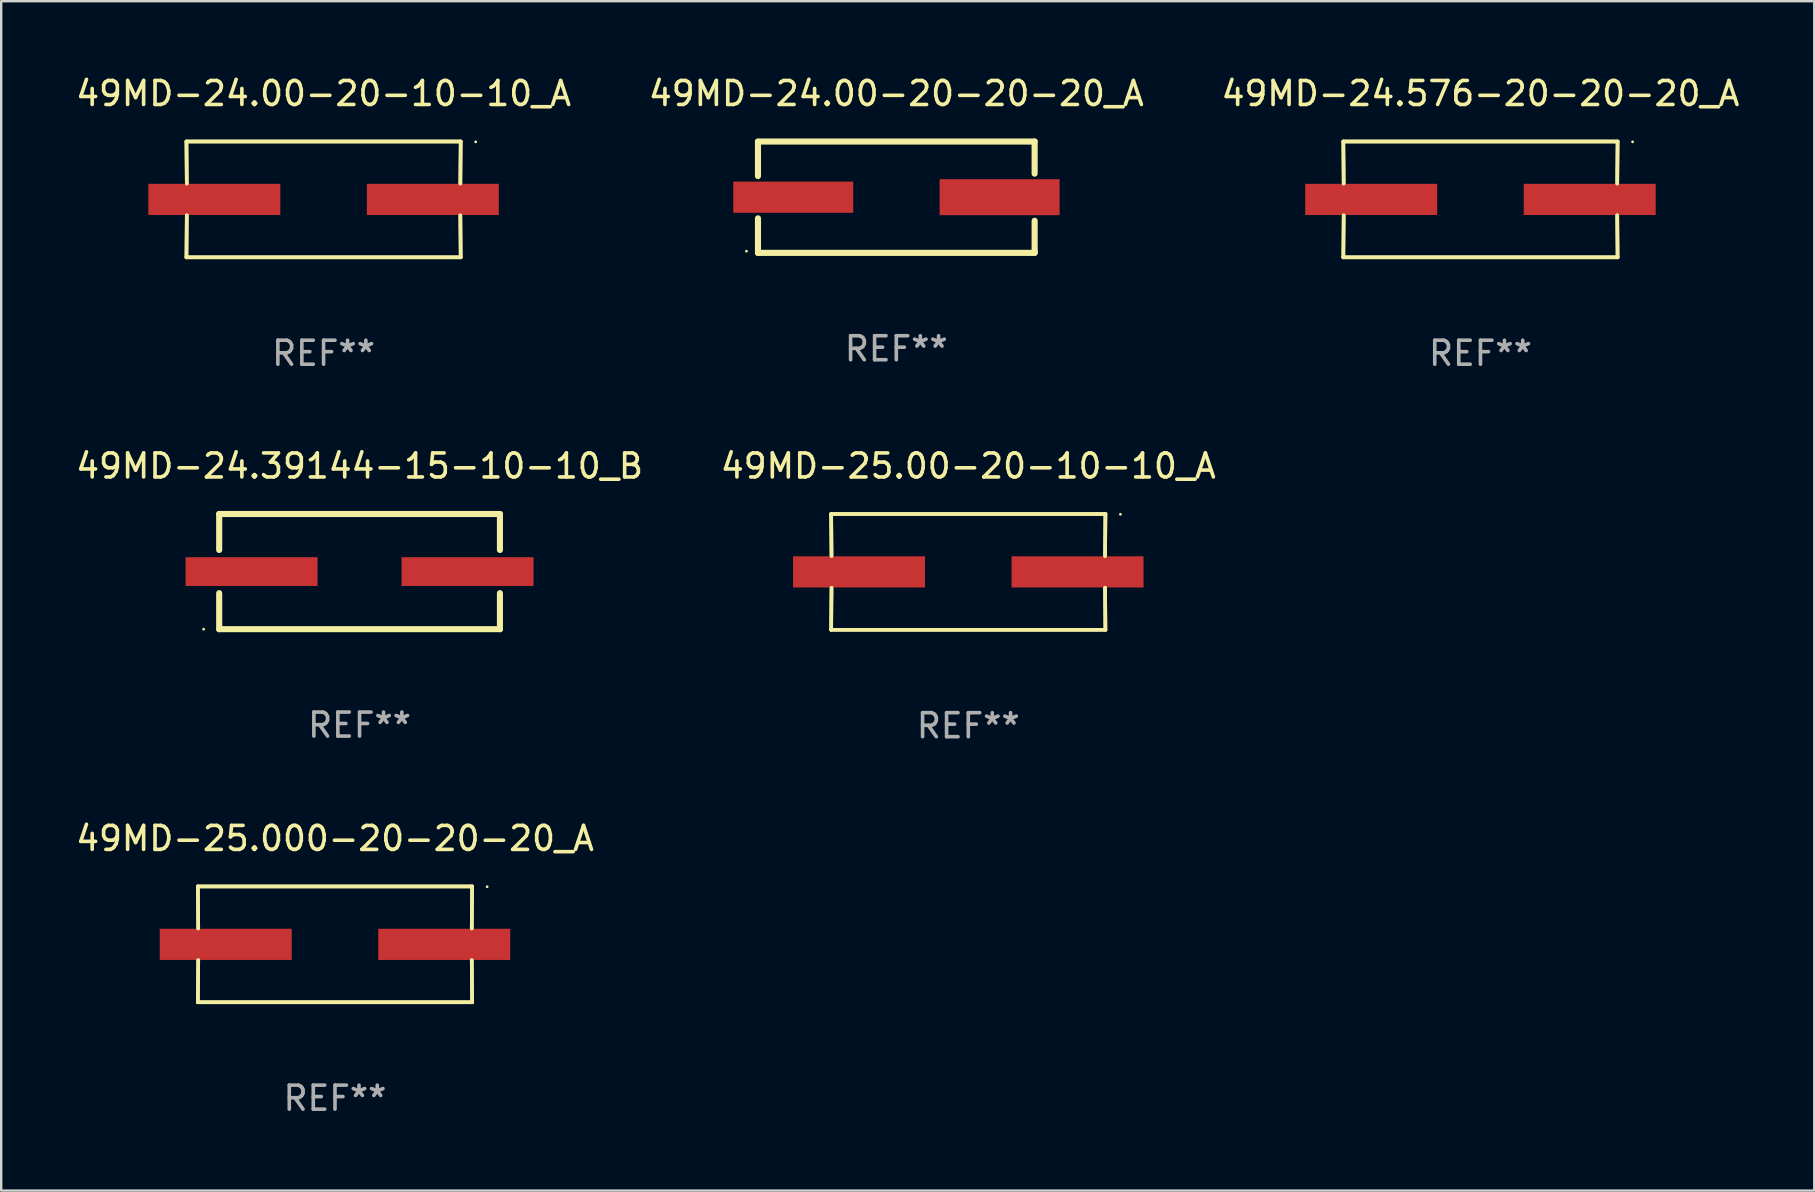
<source format=kicad_pcb>
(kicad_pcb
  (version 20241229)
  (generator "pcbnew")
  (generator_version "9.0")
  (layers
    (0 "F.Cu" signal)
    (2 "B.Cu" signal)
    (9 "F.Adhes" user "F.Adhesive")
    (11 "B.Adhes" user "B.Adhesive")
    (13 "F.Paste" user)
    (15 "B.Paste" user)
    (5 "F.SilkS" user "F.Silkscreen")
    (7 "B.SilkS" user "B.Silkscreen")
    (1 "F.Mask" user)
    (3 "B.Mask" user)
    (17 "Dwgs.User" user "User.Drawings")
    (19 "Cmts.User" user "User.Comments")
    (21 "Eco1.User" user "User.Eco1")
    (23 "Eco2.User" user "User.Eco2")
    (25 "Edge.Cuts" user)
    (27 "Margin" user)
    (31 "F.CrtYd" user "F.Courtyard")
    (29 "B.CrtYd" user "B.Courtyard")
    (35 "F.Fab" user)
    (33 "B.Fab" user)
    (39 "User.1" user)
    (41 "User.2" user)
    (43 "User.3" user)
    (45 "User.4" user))
  (footprint "49MD-25.00-20-10-10_A"
    (layer "F.Cu")
    (at 37.304 20.784)
    (property "Reference" "49MD-25.00-20-10-10_A" (at 0 -4.413 0) (layer "F.SilkS") (effects (font (size 1 1) (thickness 0.15))))
    (attr through_hole)
    (fp_line (start -5.715 -2.413) (end -5.7 -0.662) (stroke (width 0.152) (type solid)) (layer "F.SilkS"))
    (fp_line (start -5.715 -2.413) (end -5.7 -0.662) (stroke (width 0.152) (type solid)) (layer "F.SilkS"))
    (fp_line (start -5.715 2.413) (end 5.715 2.413) (stroke (width 0.152) (type solid)) (layer "F.SilkS"))
    (fp_line (start -5.715 2.413) (end 5.715 2.413) (stroke (width 0.152) (type solid)) (layer "F.SilkS"))
    (fp_line (start -5.7 0.662) (end -5.715 2.413) (stroke (width 0.152) (type solid)) (layer "F.SilkS"))
    (fp_line (start -5.7 0.662) (end -5.715 2.413) (stroke (width 0.152) (type solid)) (layer "F.SilkS"))
    (fp_line (start 5.7 -0.662) (end 5.715 -2.413) (stroke (width 0.152) (type solid)) (layer "F.SilkS"))
    (fp_line (start 5.7 -0.662) (end 5.715 -2.413) (stroke (width 0.152) (type solid)) (layer "F.SilkS"))
    (fp_line (start 5.715 -2.413) (end -5.715 -2.413) (stroke (width 0.152) (type solid)) (layer "F.SilkS"))
    (fp_line (start 5.715 -2.413) (end -5.715 -2.413) (stroke (width 0.152) (type solid)) (layer "F.SilkS"))
    (fp_line (start 5.715 2.413) (end 5.7 0.662) (stroke (width 0.152) (type solid)) (layer "F.SilkS"))
    (fp_line (start 5.715 2.413) (end 5.7 0.662) (stroke (width 0.152) (type solid)) (layer "F.SilkS"))
    (fp_circle (center 6.34 -2.4) (end 6.37 -2.4) (stroke (width 0.06) (type solid)) (fill no) (layer "F.SilkS"))
    (fp_text user "REF**" (at 0 6.413 0) (layer "F.Fab") (effects (font (size 1 1) (thickness 0.15))))
    (pad "1" smd rect (at 4.553 0) (size 5.5 1.3) (layers "F.Cu" "F.Mask" "F.Paste"))
    (pad "2" smd rect (at -4.553 0) (size 5.5 1.3) (layers "F.Cu" "F.Mask" "F.Paste")))
  (footprint "49MD-24.00-20-10-10_A"
    (layer "F.Cu")
    (at 10.435 5.261)
    (property "Reference" "49MD-24.00-20-10-10_A" (at 0 -4.413 0) (layer "F.SilkS") (effects (font (size 1 1) (thickness 0.15))))
    (attr through_hole)
    (fp_line (start -5.715 -2.413) (end -5.7 -0.662) (stroke (width 0.152) (type solid)) (layer "F.SilkS"))
    (fp_line (start -5.715 -2.413) (end -5.7 -0.662) (stroke (width 0.152) (type solid)) (layer "F.SilkS"))
    (fp_line (start -5.715 2.413) (end 5.715 2.413) (stroke (width 0.152) (type solid)) (layer "F.SilkS"))
    (fp_line (start -5.715 2.413) (end 5.715 2.413) (stroke (width 0.152) (type solid)) (layer "F.SilkS"))
    (fp_line (start -5.7 0.662) (end -5.715 2.413) (stroke (width 0.152) (type solid)) (layer "F.SilkS"))
    (fp_line (start -5.7 0.662) (end -5.715 2.413) (stroke (width 0.152) (type solid)) (layer "F.SilkS"))
    (fp_line (start 5.7 -0.662) (end 5.715 -2.413) (stroke (width 0.152) (type solid)) (layer "F.SilkS"))
    (fp_line (start 5.7 -0.662) (end 5.715 -2.413) (stroke (width 0.152) (type solid)) (layer "F.SilkS"))
    (fp_line (start 5.715 -2.413) (end -5.715 -2.413) (stroke (width 0.152) (type solid)) (layer "F.SilkS"))
    (fp_line (start 5.715 -2.413) (end -5.715 -2.413) (stroke (width 0.152) (type solid)) (layer "F.SilkS"))
    (fp_line (start 5.715 2.413) (end 5.7 0.662) (stroke (width 0.152) (type solid)) (layer "F.SilkS"))
    (fp_line (start 5.715 2.413) (end 5.7 0.662) (stroke (width 0.152) (type solid)) (layer "F.SilkS"))
    (fp_circle (center 6.34 -2.4) (end 6.37 -2.4) (stroke (width 0.06) (type solid)) (fill no) (layer "F.SilkS"))
    (fp_text user "REF**" (at 0 6.413 0) (layer "F.Fab") (effects (font (size 1 1) (thickness 0.15))))
    (pad "1" smd rect (at 4.553 0) (size 5.5 1.3) (layers "F.Cu" "F.Mask" "F.Paste"))
    (pad "2" smd rect (at -4.553 0) (size 5.5 1.3) (layers "F.Cu" "F.Mask" "F.Paste")))
  (footprint "49MD-25.000-20-20-20_A"
    (layer "F.Cu")
    (at 10.911 36.306)
    (property "Reference" "49MD-25.000-20-20-20_A" (at 0 -4.413 0) (layer "F.SilkS") (effects (font (size 1 1) (thickness 0.15))))
    (attr through_hole)
    (fp_line (start -5.715 -2.413) (end -5.7 -0.662) (stroke (width 0.152) (type solid)) (layer "F.SilkS"))
    (fp_line (start -5.715 -2.413) (end -5.7 -0.662) (stroke (width 0.152) (type solid)) (layer "F.SilkS"))
    (fp_line (start -5.715 2.413) (end 5.715 2.413) (stroke (width 0.152) (type solid)) (layer "F.SilkS"))
    (fp_line (start -5.715 2.413) (end 5.715 2.413) (stroke (width 0.152) (type solid)) (layer "F.SilkS"))
    (fp_line (start -5.7 0.662) (end -5.715 2.413) (stroke (width 0.152) (type solid)) (layer "F.SilkS"))
    (fp_line (start -5.7 0.662) (end -5.715 2.413) (stroke (width 0.152) (type solid)) (layer "F.SilkS"))
    (fp_line (start 5.7 -0.662) (end 5.715 -2.413) (stroke (width 0.152) (type solid)) (layer "F.SilkS"))
    (fp_line (start 5.7 -0.662) (end 5.715 -2.413) (stroke (width 0.152) (type solid)) (layer "F.SilkS"))
    (fp_line (start 5.715 -2.413) (end -5.715 -2.413) (stroke (width 0.152) (type solid)) (layer "F.SilkS"))
    (fp_line (start 5.715 -2.413) (end -5.715 -2.413) (stroke (width 0.152) (type solid)) (layer "F.SilkS"))
    (fp_line (start 5.715 2.413) (end 5.7 0.662) (stroke (width 0.152) (type solid)) (layer "F.SilkS"))
    (fp_line (start 5.715 2.413) (end 5.7 0.662) (stroke (width 0.152) (type solid)) (layer "F.SilkS"))
    (fp_circle (center 6.34 -2.4) (end 6.37 -2.4) (stroke (width 0.06) (type solid)) (fill no) (layer "F.SilkS"))
    (fp_text user "REF**" (at 0 6.413 0) (layer "F.Fab") (effects (font (size 1 1) (thickness 0.15))))
    (pad "1" smd rect (at 4.553 0) (size 5.5 1.3) (layers "F.Cu" "F.Mask" "F.Paste"))
    (pad "2" smd rect (at -4.553 0) (size 5.5 1.3) (layers "F.Cu" "F.Mask" "F.Paste")))
  (footprint "49MD-24.576-20-20-20_A"
    (layer "F.Cu")
    (at 58.649 5.261)
    (property "Reference" "49MD-24.576-20-20-20_A" (at 0 -4.413 0) (layer "F.SilkS") (effects (font (size 1 1) (thickness 0.15))))
    (attr through_hole)
    (fp_line (start -5.715 -2.413) (end -5.7 -0.662) (stroke (width 0.152) (type solid)) (layer "F.SilkS"))
    (fp_line (start -5.715 -2.413) (end -5.7 -0.662) (stroke (width 0.152) (type solid)) (layer "F.SilkS"))
    (fp_line (start -5.715 2.413) (end 5.715 2.413) (stroke (width 0.152) (type solid)) (layer "F.SilkS"))
    (fp_line (start -5.715 2.413) (end 5.715 2.413) (stroke (width 0.152) (type solid)) (layer "F.SilkS"))
    (fp_line (start -5.7 0.662) (end -5.715 2.413) (stroke (width 0.152) (type solid)) (layer "F.SilkS"))
    (fp_line (start -5.7 0.662) (end -5.715 2.413) (stroke (width 0.152) (type solid)) (layer "F.SilkS"))
    (fp_line (start 5.7 -0.662) (end 5.715 -2.413) (stroke (width 0.152) (type solid)) (layer "F.SilkS"))
    (fp_line (start 5.7 -0.662) (end 5.715 -2.413) (stroke (width 0.152) (type solid)) (layer "F.SilkS"))
    (fp_line (start 5.715 -2.413) (end -5.715 -2.413) (stroke (width 0.152) (type solid)) (layer "F.SilkS"))
    (fp_line (start 5.715 -2.413) (end -5.715 -2.413) (stroke (width 0.152) (type solid)) (layer "F.SilkS"))
    (fp_line (start 5.715 2.413) (end 5.7 0.662) (stroke (width 0.152) (type solid)) (layer "F.SilkS"))
    (fp_line (start 5.715 2.413) (end 5.7 0.662) (stroke (width 0.152) (type solid)) (layer "F.SilkS"))
    (fp_circle (center 6.34 -2.4) (end 6.37 -2.4) (stroke (width 0.06) (type solid)) (fill no) (layer "F.SilkS"))
    (fp_text user "REF**" (at 0 6.413 0) (layer "F.Fab") (effects (font (size 1 1) (thickness 0.15))))
    (pad "1" smd rect (at 4.553 0) (size 5.5 1.3) (layers "F.Cu" "F.Mask" "F.Paste"))
    (pad "2" smd rect (at -4.553 0) (size 5.5 1.3) (layers "F.Cu" "F.Mask" "F.Paste")))
  (footprint "49MD-24.39144-15-10-10_B"
    (layer "F.Cu")
    (at 11.935 20.771)
    (property "Reference" "49MD-24.39144-15-10-10_B" (at 0 -4.4 0) (layer "F.SilkS") (effects (font (size 1 1) (thickness 0.15))))
    (attr through_hole)
    (fp_line (start -5.85 -2.4) (end 5.85 -2.4) (stroke (width 0.254) (type solid)) (layer "F.SilkS"))
    (fp_line (start -5.85 -2.4) (end -5.85 -0.9) (stroke (width 0.254) (type solid)) (layer "F.SilkS"))
    (fp_line (start -5.85 2.4) (end 5.85 2.4) (stroke (width 0.254) (type solid)) (layer "F.SilkS"))
    (fp_line (start -5.85 0.9) (end -5.85 2.4) (stroke (width 0.254) (type solid)) (layer "F.SilkS"))
    (fp_line (start 5.85 -2.4) (end 5.85 -0.9) (stroke (width 0.254) (type solid)) (layer "F.SilkS"))
    (fp_line (start 5.85 0.9) (end 5.85 2.4) (stroke (width 0.254) (type solid)) (layer "F.SilkS"))
    (fp_circle (center -6.5 2.4) (end -6.47 2.4) (stroke (width 0.06) (type solid)) (fill no) (layer "F.SilkS"))
    (fp_text user "REF**" (at 0 6.4 0) (layer "F.Fab") (effects (font (size 1 1) (thickness 0.15))))
    (pad "1" smd rect (at -4.5 -0.000025) (size 5.5 1.2) (layers "F.Cu" "F.Mask" "F.Paste"))
    (pad "2" smd rect (at 4.5 -0.000025) (size 5.5 1.2) (layers "F.Cu" "F.Mask" "F.Paste")))
  (footprint "49MD-24.00-20-20-20_A"
    (layer "F.Cu")
    (at 34.304 5.168)
    (property "Reference" "49MD-24.00-20-20-20_A" (at 0 -4.32 0) (layer "F.SilkS") (effects (font (size 1 1) (thickness 0.15))))
    (attr through_hole)
    (fp_line (start -5.765 -2.32) (end 5.765 -2.32) (stroke (width 0.254) (type solid)) (layer "F.SilkS"))
    (fp_line (start -5.765 -0.881) (end -5.765 -2.31) (stroke (width 0.254) (type solid)) (layer "F.SilkS"))
    (fp_line (start -5.765 2.32) (end -5.765 0.881) (stroke (width 0.254) (type solid)) (layer "F.SilkS"))
    (fp_line (start -5.735 2.32) (end -5.765 2.32) (stroke (width 0.254) (type solid)) (layer "F.SilkS"))
    (fp_line (start 5.765 -2.32) (end 5.765 -0.981) (stroke (width 0.254) (type solid)) (layer "F.SilkS"))
    (fp_line (start 5.765 0.981) (end 5.765 2.26) (stroke (width 0.254) (type solid)) (layer "F.SilkS"))
    (fp_line (start 5.765 2.26) (end 5.765 2.32) (stroke (width 0.254) (type solid)) (layer "F.SilkS"))
    (fp_line (start 5.765 2.32) (end -5.735 2.32) (stroke (width 0.254) (type solid)) (layer "F.SilkS"))
    (fp_circle (center -6.245 2.25) (end -6.215 2.25) (stroke (width 0.06) (type solid)) (fill no) (layer "F.SilkS"))
    (fp_text user "REF**" (at 0 6.32 0) (layer "F.Fab") (effects (font (size 1 1) (thickness 0.15))))
    (pad "1" smd rect (at -4.295 0) (size 5 1.3) (layers "F.Cu" "F.Mask" "F.Paste"))
    (pad "2" smd rect (at 4.305 0) (size 5 1.5) (layers "F.Cu" "F.Mask" "F.Paste")))
  (gr_rect
    (start -3 -3)
    (end 72.56 46.568)
    (stroke (width 0.1) (type default))
    (fill no)
    (layer "Edge.Cuts")))
</source>
